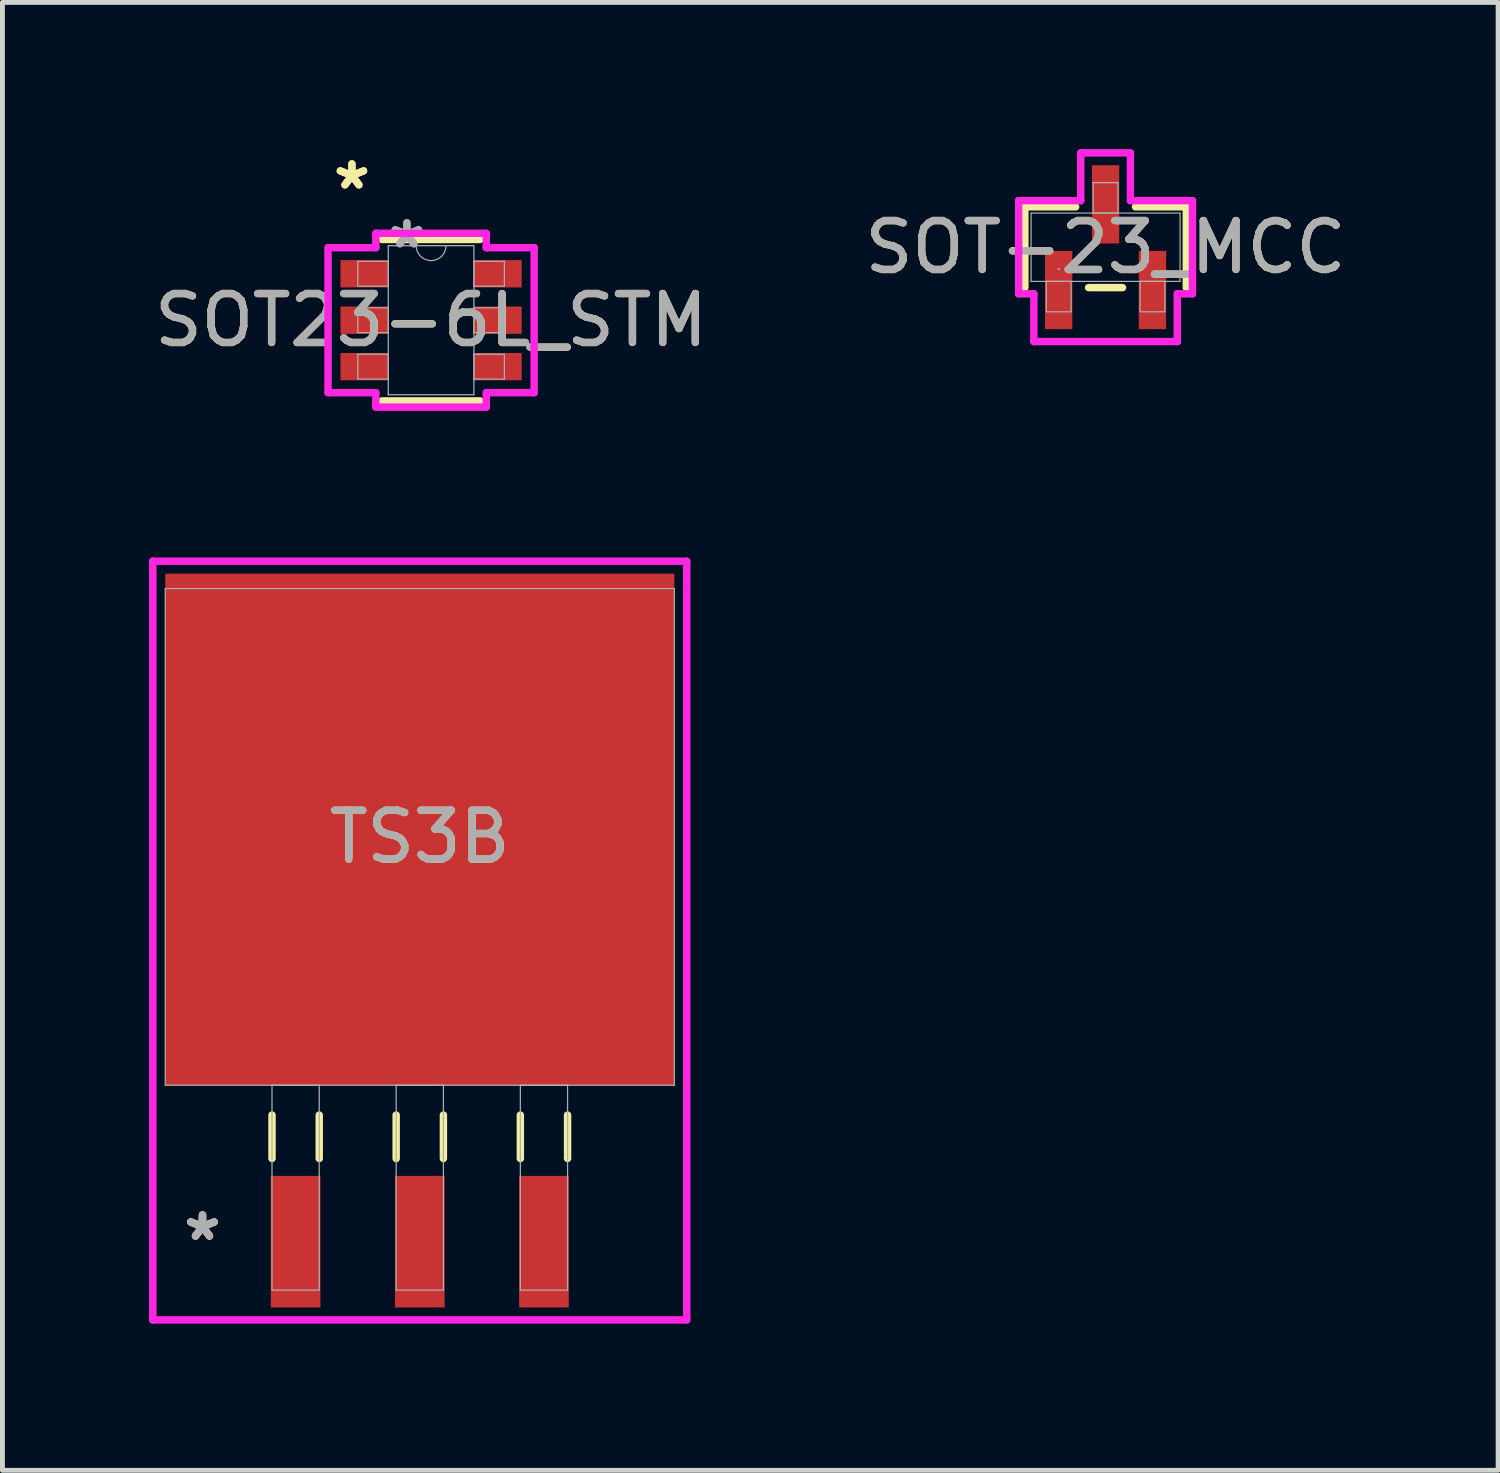
<source format=kicad_pcb>
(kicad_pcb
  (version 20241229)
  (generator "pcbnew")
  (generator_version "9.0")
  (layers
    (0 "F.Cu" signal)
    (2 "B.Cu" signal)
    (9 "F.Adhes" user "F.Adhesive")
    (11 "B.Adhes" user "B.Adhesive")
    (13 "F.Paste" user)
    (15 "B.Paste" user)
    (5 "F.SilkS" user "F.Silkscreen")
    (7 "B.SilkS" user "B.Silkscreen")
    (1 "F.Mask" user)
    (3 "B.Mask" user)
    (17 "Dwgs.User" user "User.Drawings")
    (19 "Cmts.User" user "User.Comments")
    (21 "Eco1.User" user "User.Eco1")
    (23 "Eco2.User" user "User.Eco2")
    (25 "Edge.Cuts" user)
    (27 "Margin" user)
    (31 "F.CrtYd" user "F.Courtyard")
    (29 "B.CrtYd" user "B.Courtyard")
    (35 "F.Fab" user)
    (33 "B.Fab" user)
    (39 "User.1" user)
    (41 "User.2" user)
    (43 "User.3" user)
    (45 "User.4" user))
  (footprint "SOT23-6L_STM"
    (layer "F.Cu")
    (at 5.768 3.5)
    (property "Reference" "SOT23-6L_STM" (at 0 0 0) (unlocked yes) (layer "F.SilkS") (effects (font (size 1 1) (thickness 0.15))))
    (attr smd)
    (fp_line (start -1.003 1.651) (end 1.003 1.651) (stroke (width 0.152) (type solid)) (layer "F.SilkS"))
    (fp_line (start 1.003 -1.651) (end -1.003 -1.651) (stroke (width 0.152) (type solid)) (layer "F.SilkS"))
    (fp_line (start -2.108 -1.483) (end -1.13 -1.483) (stroke (width 0.152) (type solid)) (layer "F.CrtYd"))
    (fp_line (start -2.108 1.483) (end -2.108 -1.483) (stroke (width 0.152) (type solid)) (layer "F.CrtYd"))
    (fp_line (start -2.108 1.483) (end -1.13 1.483) (stroke (width 0.152) (type solid)) (layer "F.CrtYd"))
    (fp_line (start -1.13 -1.778) (end 1.13 -1.778) (stroke (width 0.152) (type solid)) (layer "F.CrtYd"))
    (fp_line (start -1.13 -1.483) (end -1.13 -1.778) (stroke (width 0.152) (type solid)) (layer "F.CrtYd"))
    (fp_line (start -1.13 1.778) (end -1.13 1.483) (stroke (width 0.152) (type solid)) (layer "F.CrtYd"))
    (fp_line (start 1.13 -1.778) (end 1.13 -1.483) (stroke (width 0.152) (type solid)) (layer "F.CrtYd"))
    (fp_line (start 1.13 1.483) (end 1.13 1.778) (stroke (width 0.152) (type solid)) (layer "F.CrtYd"))
    (fp_line (start 1.13 1.778) (end -1.13 1.778) (stroke (width 0.152) (type solid)) (layer "F.CrtYd"))
    (fp_line (start 2.108 -1.483) (end 1.13 -1.483) (stroke (width 0.152) (type solid)) (layer "F.CrtYd"))
    (fp_line (start 2.108 -1.483) (end 2.108 1.483) (stroke (width 0.152) (type solid)) (layer "F.CrtYd"))
    (fp_line (start 2.108 1.483) (end 1.13 1.483) (stroke (width 0.152) (type solid)) (layer "F.CrtYd"))
    (fp_line (start -1.499 -1.204) (end -1.499 -0.696) (stroke (width 0.025) (type solid)) (layer "F.Fab"))
    (fp_line (start -1.499 -0.696) (end -0.876 -0.696) (stroke (width 0.025) (type solid)) (layer "F.Fab"))
    (fp_line (start -1.499 -0.254) (end -1.499 0.254) (stroke (width 0.025) (type solid)) (layer "F.Fab"))
    (fp_line (start -1.499 0.254) (end -0.876 0.254) (stroke (width 0.025) (type solid)) (layer "F.Fab"))
    (fp_line (start -1.499 0.696) (end -1.499 1.204) (stroke (width 0.025) (type solid)) (layer "F.Fab"))
    (fp_line (start -1.499 1.204) (end -0.876 1.204) (stroke (width 0.025) (type solid)) (layer "F.Fab"))
    (fp_line (start -0.876 -1.524) (end -0.876 1.524) (stroke (width 0.025) (type solid)) (layer "F.Fab"))
    (fp_line (start -0.876 -1.204) (end -1.499 -1.204) (stroke (width 0.025) (type solid)) (layer "F.Fab"))
    (fp_line (start -0.876 -0.696) (end -0.876 -1.204) (stroke (width 0.025) (type solid)) (layer "F.Fab"))
    (fp_line (start -0.876 -0.254) (end -1.499 -0.254) (stroke (width 0.025) (type solid)) (layer "F.Fab"))
    (fp_line (start -0.876 0.254) (end -0.876 -0.254) (stroke (width 0.025) (type solid)) (layer "F.Fab"))
    (fp_line (start -0.876 0.696) (end -1.499 0.696) (stroke (width 0.025) (type solid)) (layer "F.Fab"))
    (fp_line (start -0.876 1.204) (end -0.876 0.696) (stroke (width 0.025) (type solid)) (layer "F.Fab"))
    (fp_line (start -0.876 1.524) (end 0.876 1.524) (stroke (width 0.025) (type solid)) (layer "F.Fab"))
    (fp_line (start 0.876 -1.524) (end -0.876 -1.524) (stroke (width 0.025) (type solid)) (layer "F.Fab"))
    (fp_line (start 0.876 -1.204) (end 0.876 -0.696) (stroke (width 0.025) (type solid)) (layer "F.Fab"))
    (fp_line (start 0.876 -0.696) (end 1.499 -0.696) (stroke (width 0.025) (type solid)) (layer "F.Fab"))
    (fp_line (start 0.876 -0.254) (end 0.876 0.254) (stroke (width 0.025) (type solid)) (layer "F.Fab"))
    (fp_line (start 0.876 0.254) (end 1.499 0.254) (stroke (width 0.025) (type solid)) (layer "F.Fab"))
    (fp_line (start 0.876 0.696) (end 0.876 1.204) (stroke (width 0.025) (type solid)) (layer "F.Fab"))
    (fp_line (start 0.876 1.204) (end 1.499 1.204) (stroke (width 0.025) (type solid)) (layer "F.Fab"))
    (fp_line (start 0.876 1.524) (end 0.876 -1.524) (stroke (width 0.025) (type solid)) (layer "F.Fab"))
    (fp_line (start 1.499 -1.204) (end 0.876 -1.204) (stroke (width 0.025) (type solid)) (layer "F.Fab"))
    (fp_line (start 1.499 -0.696) (end 1.499 -1.204) (stroke (width 0.025) (type solid)) (layer "F.Fab"))
    (fp_line (start 1.499 -0.254) (end 0.876 -0.254) (stroke (width 0.025) (type solid)) (layer "F.Fab"))
    (fp_line (start 1.499 0.254) (end 1.499 -0.254) (stroke (width 0.025) (type solid)) (layer "F.Fab"))
    (fp_line (start 1.499 0.696) (end 0.876 0.696) (stroke (width 0.025) (type solid)) (layer "F.Fab"))
    (fp_line (start 1.499 1.204) (end 1.499 0.696) (stroke (width 0.025) (type solid)) (layer "F.Fab"))
    (fp_arc (start 0.3048 -1.524) (mid 0 -1.2192) (end -0.3048 -1.524) (stroke (width 0.0254) (type solid)) (layer "F.Fab"))
    (fp_text user "*" (at -1.619 -2.652 0) (unlocked yes) (layer "F.SilkS") (effects (font (size 1 1) (thickness 0.15))))
    (fp_text user "*" (at -1.619 -2.652 0) (layer "F.SilkS") (effects (font (size 1 1) (thickness 0.15))))
    (fp_text user "*" (at -0.495 -1.448 0) (layer "F.Fab") (effects (font (size 1 1) (thickness 0.15))))
    (fp_text user "${REFERENCE}" (at 0 0 0) (unlocked yes) (layer "F.Fab") (effects (font (size 1 1) (thickness 0.15))))
    (fp_text user "*" (at -0.495 -1.448 0) (unlocked yes) (layer "F.Fab") (effects (font (size 1 1) (thickness 0.15))))
    (pad "1" smd rect (at -1.365 -0.95) (size 0.978 0.559) (layers "F.Cu" "F.Mask" "F.Paste"))
    (pad "2" smd rect (at -1.365 0) (size 0.978 0.559) (layers "F.Cu" "F.Mask" "F.Paste"))
    (pad "3" smd rect (at -1.365 0.95) (size 0.978 0.559) (layers "F.Cu" "F.Mask" "F.Paste"))
    (pad "4" smd rect (at 1.365 0.95) (size 0.978 0.559) (layers "F.Cu" "F.Mask" "F.Paste"))
    (pad "5" smd rect (at 1.365 0) (size 0.978 0.559) (layers "F.Cu" "F.Mask" "F.Paste"))
    (pad "6" smd rect (at 1.365 -0.95) (size 0.978 0.559) (layers "F.Cu" "F.Mask" "F.Paste")))
  (footprint "TS3B"
    (layer "F.Cu")
    (at 5.537 14.069)
    (property "Reference" "TS3B" (at 0 0 0) (unlocked yes) (layer "F.SilkS") (effects (font (size 1 1) (thickness 0.15))))
    (attr smd)
    (fp_line (start -3.023 5.69) (end -3.023 6.579) (stroke (width 0.152) (type solid)) (layer "F.SilkS"))
    (fp_line (start -2.057 5.69) (end -2.057 6.579) (stroke (width 0.152) (type solid)) (layer "F.SilkS"))
    (fp_line (start -0.483 5.69) (end -0.483 6.579) (stroke (width 0.152) (type solid)) (layer "F.SilkS"))
    (fp_line (start 0.483 5.69) (end 0.483 6.579) (stroke (width 0.152) (type solid)) (layer "F.SilkS"))
    (fp_line (start 2.057 5.69) (end 2.057 6.579) (stroke (width 0.152) (type solid)) (layer "F.SilkS"))
    (fp_line (start 3.023 5.69) (end 3.023 6.579) (stroke (width 0.152) (type solid)) (layer "F.SilkS"))
    (fp_line (start -5.461 -5.639) (end 5.461 -5.639) (stroke (width 0.152) (type solid)) (layer "F.CrtYd"))
    (fp_line (start -5.461 9.881) (end -5.461 -5.639) (stroke (width 0.152) (type solid)) (layer "F.CrtYd"))
    (fp_line (start 5.461 -5.639) (end 5.461 9.881) (stroke (width 0.152) (type solid)) (layer "F.CrtYd"))
    (fp_line (start 5.461 9.881) (end -5.461 9.881) (stroke (width 0.152) (type solid)) (layer "F.CrtYd"))
    (fp_line (start -5.207 -5.08) (end -5.207 5.08) (stroke (width 0.025) (type solid)) (layer "F.Fab"))
    (fp_line (start -5.207 5.08) (end 5.207 5.08) (stroke (width 0.025) (type solid)) (layer "F.Fab"))
    (fp_line (start -3.023 5.08) (end -3.023 9.271) (stroke (width 0.025) (type solid)) (layer "F.Fab"))
    (fp_line (start -3.023 9.271) (end -2.057 9.271) (stroke (width 0.025) (type solid)) (layer "F.Fab"))
    (fp_line (start -2.057 5.08) (end -3.023 5.08) (stroke (width 0.025) (type solid)) (layer "F.Fab"))
    (fp_line (start -2.057 9.271) (end -2.057 5.08) (stroke (width 0.025) (type solid)) (layer "F.Fab"))
    (fp_line (start -0.483 5.08) (end -0.483 9.271) (stroke (width 0.025) (type solid)) (layer "F.Fab"))
    (fp_line (start -0.483 9.271) (end 0.483 9.271) (stroke (width 0.025) (type solid)) (layer "F.Fab"))
    (fp_line (start 0.483 5.08) (end -0.483 5.08) (stroke (width 0.025) (type solid)) (layer "F.Fab"))
    (fp_line (start 0.483 9.271) (end 0.483 5.08) (stroke (width 0.025) (type solid)) (layer "F.Fab"))
    (fp_line (start 2.057 5.08) (end 2.057 9.271) (stroke (width 0.025) (type solid)) (layer "F.Fab"))
    (fp_line (start 2.057 9.271) (end 3.023 9.271) (stroke (width 0.025) (type solid)) (layer "F.Fab"))
    (fp_line (start 3.023 5.08) (end 2.057 5.08) (stroke (width 0.025) (type solid)) (layer "F.Fab"))
    (fp_line (start 3.023 9.271) (end 3.023 5.08) (stroke (width 0.025) (type solid)) (layer "F.Fab"))
    (fp_line (start 5.207 -5.08) (end -5.207 -5.08) (stroke (width 0.025) (type solid)) (layer "F.Fab"))
    (fp_line (start 5.207 5.08) (end 5.207 -5.08) (stroke (width 0.025) (type solid)) (layer "F.Fab"))
    (fp_text user "*" (at -4.445 8.28 0) (unlocked yes) (layer "F.SilkS") (effects (font (size 1 1) (thickness 0.15))))
    (fp_text user "*" (at -4.445 8.28 0) (layer "F.SilkS") (effects (font (size 1 1) (thickness 0.15))))
    (fp_text user "*" (at -4.445 8.28 0) (unlocked yes) (layer "F.Fab") (effects (font (size 1 1) (thickness 0.15))))
    (fp_text user "*" (at -4.445 8.28 0) (layer "F.Fab") (effects (font (size 1 1) (thickness 0.15))))
    (fp_text user "${REFERENCE}" (at 0 0 0) (unlocked yes) (layer "F.Fab") (effects (font (size 1 1) (thickness 0.15))))
    (pad "1" smd rect (at -2.54 8.28) (size 1.016 2.692) (layers "F.Cu" "F.Mask" "F.Paste"))
    (pad "2" smd rect (at 0 8.28) (size 1.016 2.692) (layers "F.Cu" "F.Mask" "F.Paste"))
    (pad "3" smd rect (at 2.54 8.28) (size 1.016 2.692) (layers "F.Cu" "F.Mask" "F.Paste"))
    (pad "4" smd rect (at 0 -0.152) (size 10.414 10.465) (layers "F.Cu" "F.Mask" "F.Paste")))
  (footprint "SOT-23_MCC"
    (layer "F.Cu")
    (at 19.565 2.007)
    (property "Reference" "SOT-23_MCC" (at 0 0 0) (unlocked yes) (layer "F.SilkS") (effects (font (size 1 1) (thickness 0.15))))
    (attr smd)
    (fp_line (start -1.651 -0.826) (end -1.651 0.826) (stroke (width 0.152) (type solid)) (layer "F.SilkS"))
    (fp_line (start -0.612 -0.826) (end -1.651 -0.826) (stroke (width 0.152) (type solid)) (layer "F.SilkS"))
    (fp_line (start -0.347 0.826) (end 0.347 0.826) (stroke (width 0.152) (type solid)) (layer "F.SilkS"))
    (fp_line (start 1.651 -0.826) (end 0.612 -0.826) (stroke (width 0.152) (type solid)) (layer "F.SilkS"))
    (fp_line (start 1.651 0.826) (end 1.651 -0.826) (stroke (width 0.152) (type solid)) (layer "F.SilkS"))
    (fp_line (start -1.778 -0.953) (end -0.508 -0.953) (stroke (width 0.152) (type solid)) (layer "F.CrtYd"))
    (fp_line (start -1.778 0.953) (end -1.778 -0.953) (stroke (width 0.152) (type solid)) (layer "F.CrtYd"))
    (fp_line (start -1.778 0.953) (end -1.467 0.953) (stroke (width 0.152) (type solid)) (layer "F.CrtYd"))
    (fp_line (start -1.467 0.953) (end -1.467 1.93) (stroke (width 0.152) (type solid)) (layer "F.CrtYd"))
    (fp_line (start -1.467 1.93) (end 1.467 1.93) (stroke (width 0.152) (type solid)) (layer "F.CrtYd"))
    (fp_line (start -0.508 -1.93) (end 0.508 -1.93) (stroke (width 0.152) (type solid)) (layer "F.CrtYd"))
    (fp_line (start -0.508 -0.953) (end -0.508 -1.93) (stroke (width 0.152) (type solid)) (layer "F.CrtYd"))
    (fp_line (start 0.508 -0.953) (end 0.508 -1.93) (stroke (width 0.152) (type solid)) (layer "F.CrtYd"))
    (fp_line (start 1.467 0.953) (end 1.467 1.93) (stroke (width 0.152) (type solid)) (layer "F.CrtYd"))
    (fp_line (start 1.778 -0.953) (end 0.508 -0.953) (stroke (width 0.152) (type solid)) (layer "F.CrtYd"))
    (fp_line (start 1.778 -0.953) (end 1.778 0.953) (stroke (width 0.152) (type solid)) (layer "F.CrtYd"))
    (fp_line (start 1.778 0.953) (end 1.467 0.953) (stroke (width 0.152) (type solid)) (layer "F.CrtYd"))
    (fp_line (start -1.524 -0.699) (end -1.524 0.699) (stroke (width 0.025) (type solid)) (layer "F.Fab"))
    (fp_line (start -1.524 0.699) (end 1.524 0.699) (stroke (width 0.025) (type solid)) (layer "F.Fab"))
    (fp_line (start -1.213 0.699) (end -1.213 1.321) (stroke (width 0.025) (type solid)) (layer "F.Fab"))
    (fp_line (start -1.213 1.321) (end -0.705 1.321) (stroke (width 0.025) (type solid)) (layer "F.Fab"))
    (fp_line (start -0.705 0.699) (end -1.213 0.699) (stroke (width 0.025) (type solid)) (layer "F.Fab"))
    (fp_line (start -0.705 1.321) (end -0.705 0.699) (stroke (width 0.025) (type solid)) (layer "F.Fab"))
    (fp_line (start -0.254 -1.321) (end -0.254 -0.699) (stroke (width 0.025) (type solid)) (layer "F.Fab"))
    (fp_line (start -0.254 -0.699) (end 0.254 -0.699) (stroke (width 0.025) (type solid)) (layer "F.Fab"))
    (fp_line (start 0.254 -1.321) (end -0.254 -1.321) (stroke (width 0.025) (type solid)) (layer "F.Fab"))
    (fp_line (start 0.254 -0.699) (end 0.254 -1.321) (stroke (width 0.025) (type solid)) (layer "F.Fab"))
    (fp_line (start 0.705 0.699) (end 0.705 1.321) (stroke (width 0.025) (type solid)) (layer "F.Fab"))
    (fp_line (start 0.705 1.321) (end 1.213 1.321) (stroke (width 0.025) (type solid)) (layer "F.Fab"))
    (fp_line (start 1.213 0.699) (end 0.705 0.699) (stroke (width 0.025) (type solid)) (layer "F.Fab"))
    (fp_line (start 1.213 1.321) (end 1.213 0.699) (stroke (width 0.025) (type solid)) (layer "F.Fab"))
    (fp_line (start 1.524 -0.699) (end -1.524 -0.699) (stroke (width 0.025) (type solid)) (layer "F.Fab"))
    (fp_line (start 1.524 0.699) (end 1.524 -0.699) (stroke (width 0.025) (type solid)) (layer "F.Fab"))
    (fp_circle (center -0.959 0.445) (end -0.959 0.445) (stroke (width 0.025) (type solid)) (fill no) (layer "F.Fab"))
    (fp_text user "${REFERENCE}" (at 0 0 0) (unlocked yes) (layer "F.Fab") (effects (font (size 1 1) (thickness 0.15))))
    (pad "1" smd rect (at -0.959 0.876) (size 0.559 1.6) (layers "F.Cu" "F.Mask" "F.Paste"))
    (pad "2" smd rect (at 0.959 0.876) (size 0.559 1.6) (layers "F.Cu" "F.Mask" "F.Paste"))
    (pad "3" smd rect (at 0 -0.876) (size 0.559 1.6) (layers "F.Cu" "F.Mask" "F.Paste")))
  (gr_rect
    (start -3 -3)
    (end 27.595 27.026)
    (stroke (width 0.1) (type default))
    (fill no)
    (layer "Edge.Cuts")))
</source>
